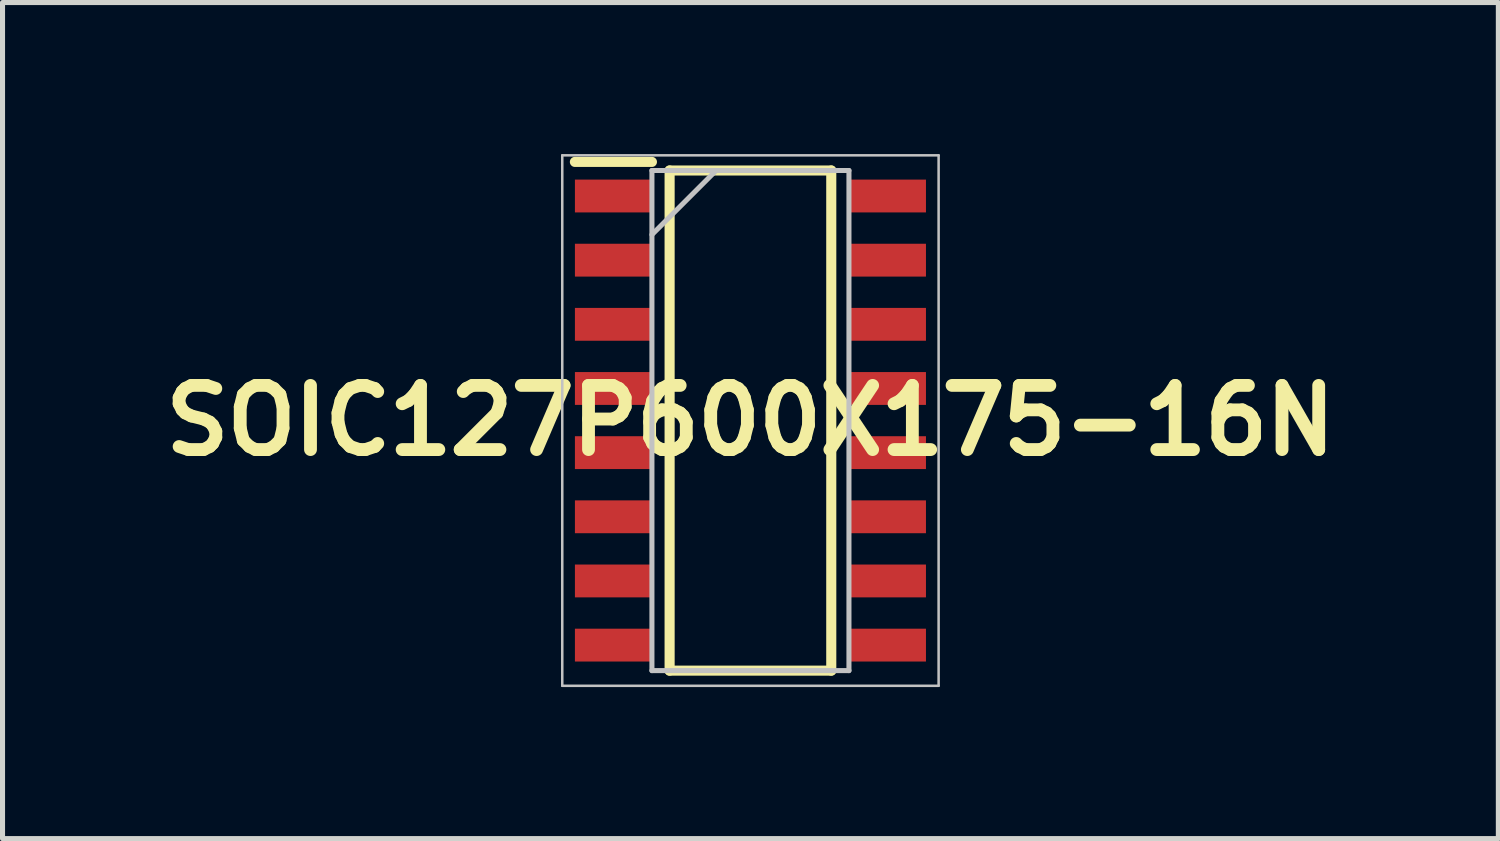
<source format=kicad_pcb>
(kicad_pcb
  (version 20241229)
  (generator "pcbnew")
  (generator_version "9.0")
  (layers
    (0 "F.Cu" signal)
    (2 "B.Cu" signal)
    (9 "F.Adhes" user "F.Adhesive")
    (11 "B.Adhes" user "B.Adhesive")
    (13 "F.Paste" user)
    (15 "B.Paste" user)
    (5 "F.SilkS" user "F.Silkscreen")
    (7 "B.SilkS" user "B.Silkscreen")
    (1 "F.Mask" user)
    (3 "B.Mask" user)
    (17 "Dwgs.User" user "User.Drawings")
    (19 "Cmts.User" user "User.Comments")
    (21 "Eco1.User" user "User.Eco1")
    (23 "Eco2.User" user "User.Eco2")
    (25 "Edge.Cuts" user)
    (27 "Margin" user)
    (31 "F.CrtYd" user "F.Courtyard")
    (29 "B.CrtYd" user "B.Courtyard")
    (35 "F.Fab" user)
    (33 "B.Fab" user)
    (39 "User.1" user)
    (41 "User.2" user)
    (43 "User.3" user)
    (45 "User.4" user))
  (footprint "SOIC127P600X175-16N"
    (layer "F.Cu")
    (at 11.805 5.275)
    (property "Reference" "SOIC127P600X175-16N" (at 0 0 0) (layer "F.SilkS") (effects (font (size 1.27 1.27) (thickness 0.254))))
    (attr smd)
    (fp_line (start -3.475 -5.12) (end -1.95 -5.12) (stroke (width 0.2) (type solid)) (layer "F.SilkS"))
    (fp_line (start -1.6 -4.95) (end 1.6 -4.95) (stroke (width 0.2) (type solid)) (layer "F.SilkS"))
    (fp_line (start -1.6 4.95) (end -1.6 -4.95) (stroke (width 0.2) (type solid)) (layer "F.SilkS"))
    (fp_line (start 1.6 -4.95) (end 1.6 4.95) (stroke (width 0.2) (type solid)) (layer "F.SilkS"))
    (fp_line (start 1.6 4.95) (end -1.6 4.95) (stroke (width 0.2) (type solid)) (layer "F.SilkS"))
    (fp_line (start -3.725 -5.25) (end 3.725 -5.25) (stroke (width 0.05) (type solid)) (layer "Dwgs.User"))
    (fp_line (start -3.725 5.25) (end -3.725 -5.25) (stroke (width 0.05) (type solid)) (layer "Dwgs.User"))
    (fp_line (start -1.95 -4.95) (end 1.95 -4.95) (stroke (width 0.1) (type solid)) (layer "Dwgs.User"))
    (fp_line (start -1.95 -3.68) (end -0.68 -4.95) (stroke (width 0.1) (type solid)) (layer "Dwgs.User"))
    (fp_line (start -1.95 4.95) (end -1.95 -4.95) (stroke (width 0.1) (type solid)) (layer "Dwgs.User"))
    (fp_line (start 1.95 -4.95) (end 1.95 4.95) (stroke (width 0.1) (type solid)) (layer "Dwgs.User"))
    (fp_line (start 1.95 4.95) (end -1.95 4.95) (stroke (width 0.1) (type solid)) (layer "Dwgs.User"))
    (fp_line (start 3.725 -5.25) (end 3.725 5.25) (stroke (width 0.05) (type solid)) (layer "Dwgs.User"))
    (fp_line (start 3.725 5.25) (end -3.725 5.25) (stroke (width 0.05) (type solid)) (layer "Dwgs.User"))
    (pad "1" smd rect (at -2.712 -4.445 90) (size 0.65 1.525) (layers "F.Cu" "F.Mask" "F.Paste"))
    (pad "2" smd rect (at -2.712 -3.175 90) (size 0.65 1.525) (layers "F.Cu" "F.Mask" "F.Paste"))
    (pad "3" smd rect (at -2.712 -1.905 90) (size 0.65 1.525) (layers "F.Cu" "F.Mask" "F.Paste"))
    (pad "4" smd rect (at -2.712 -0.635 90) (size 0.65 1.525) (layers "F.Cu" "F.Mask" "F.Paste"))
    (pad "5" smd rect (at -2.712 0.635 90) (size 0.65 1.525) (layers "F.Cu" "F.Mask" "F.Paste"))
    (pad "6" smd rect (at -2.712 1.905 90) (size 0.65 1.525) (layers "F.Cu" "F.Mask" "F.Paste"))
    (pad "7" smd rect (at -2.712 3.175 90) (size 0.65 1.525) (layers "F.Cu" "F.Mask" "F.Paste"))
    (pad "8" smd rect (at -2.712 4.445 90) (size 0.65 1.525) (layers "F.Cu" "F.Mask" "F.Paste"))
    (pad "9" smd rect (at 2.712 4.445 90) (size 0.65 1.525) (layers "F.Cu" "F.Mask" "F.Paste"))
    (pad "10" smd rect (at 2.712 3.175 90) (size 0.65 1.525) (layers "F.Cu" "F.Mask" "F.Paste"))
    (pad "11" smd rect (at 2.712 1.905 90) (size 0.65 1.525) (layers "F.Cu" "F.Mask" "F.Paste"))
    (pad "12" smd rect (at 2.712 0.635 90) (size 0.65 1.525) (layers "F.Cu" "F.Mask" "F.Paste"))
    (pad "13" smd rect (at 2.712 -0.635 90) (size 0.65 1.525) (layers "F.Cu" "F.Mask" "F.Paste"))
    (pad "14" smd rect (at 2.712 -1.905 90) (size 0.65 1.525) (layers "F.Cu" "F.Mask" "F.Paste"))
    (pad "15" smd rect (at 2.712 -3.175 90) (size 0.65 1.525) (layers "F.Cu" "F.Mask" "F.Paste"))
    (pad "16" smd rect (at 2.712 -4.445 90) (size 0.65 1.525) (layers "F.Cu" "F.Mask" "F.Paste")))
  (gr_rect
    (start -3 -3)
    (end 26.61 13.55)
    (stroke (width 0.1) (type default))
    (fill no)
    (layer "Edge.Cuts")))
</source>
